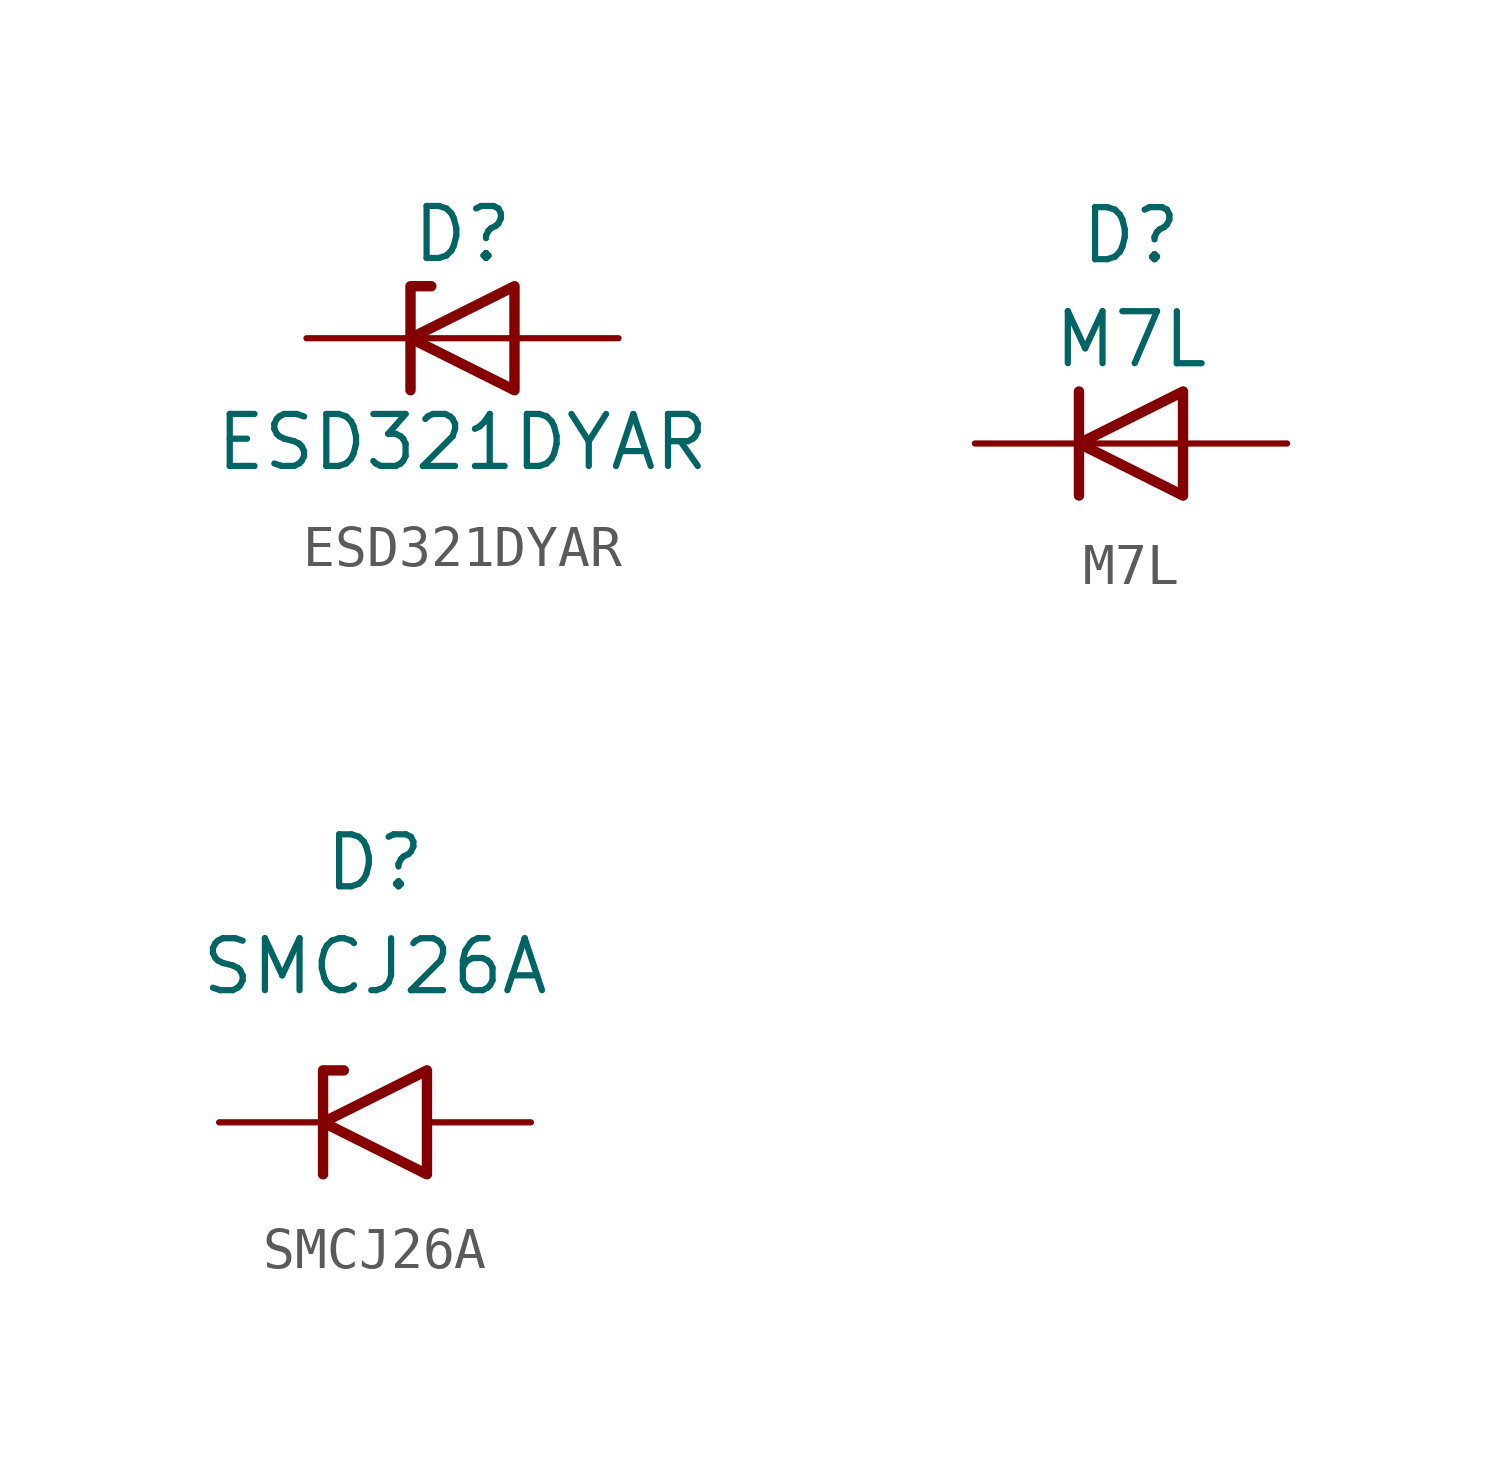
<source format=kicad_sym>
(kicad_symbol_lib
  (version 20231120)
  (generator "kicad_symbol_editor")
  (generator_version "8.0")
  (symbol "ESD321DYAR"
    (pin_numbers hide)
    (pin_names hide)
    (property "Reference" "D"
      (at 0 2.54 0)
      (effects (font (size 1.27 1.27))))
    (property "Value" "ESD321DYAR"
      (at 0 -2.54 0)
      (effects (font (size 1.27 1.27))))
    (symbol "ESD321DYAR_0_1"
      (polyline (pts (xy 1.27 0) (xy -1.27 0)) (stroke (width 0) (type default)) (fill (type none)))
      (polyline (pts (xy -1.27 -1.27) (xy -1.27 1.27) (xy -0.762 1.27)) (stroke (width 0.254) (type default)) (fill (type none)))
      (polyline (pts (xy 1.27 -1.27) (xy 1.27 1.27) (xy -1.27 0) (xy 1.27 -1.27)) (stroke (width 0.254) (type default)) (fill (type none))))
    (symbol "ESD321DYAR_1_1"
      (pin passive line (at -3.81 0 0) (length 2.54) (name "K" (effects (font (size 1.27 1.27)))) (number "1" (effects (font (size 1.27 1.27)))))
      (pin passive line (at 3.81 0 180) (length 2.54) (name "A" (effects (font (size 1.27 1.27)))) (number "2" (effects (font (size 1.27 1.27)))))))
  (symbol "M7L"
    (pin_numbers hide)
    (pin_names hide)
    (property "Reference" "D"
      (at 0 5.08 0)
      (effects (font (size 1.27 1.27))))
    (property "Value" "M7L"
      (at 0 2.54 0)
      (effects (font (size 1.27 1.27))))
    (symbol "M7L_0_1"
      (polyline (pts (xy -1.27 1.27) (xy -1.27 -1.27)) (stroke (width 0.254) (type default)) (fill (type none)))
      (polyline (pts (xy 1.27 0) (xy -1.27 0)) (stroke (width 0) (type default)) (fill (type none)))
      (polyline (pts (xy 1.27 1.27) (xy 1.27 -1.27) (xy -1.27 0) (xy 1.27 1.27)) (stroke (width 0.254) (type default)) (fill (type none))))
    (symbol "M7L_1_1"
      (pin passive line (at -3.81 0 0) (length 2.54) (name "K" (effects (font (size 1.27 1.27)))) (number "1" (effects (font (size 1.27 1.27)))))
      (pin passive line (at 3.81 0 180) (length 2.54) (name "A" (effects (font (size 1.27 1.27)))) (number "2" (effects (font (size 1.27 1.27)))))))
  (symbol "SMCJ26A"
    (pin_numbers hide)
    (pin_names hide)
    (property "Reference" "D"
      (at 0 6.35 0)
      (effects (font (size 1.27 1.27))))
    (property "Value" "SMCJ26A"
      (at 0 3.81 0)
      (effects (font (size 1.27 1.27))))
    (symbol "SMCJ26A_0_1"
      (polyline (pts (xy -0.762 1.27) (xy -1.27 1.27) (xy -1.27 -1.27)) (stroke (width 0.254) (type default)) (fill (type none)))
      (polyline (pts (xy 1.27 1.27) (xy 1.27 -1.27) (xy -1.27 0) (xy 1.27 1.27)) (stroke (width 0.254) (type default)) (fill (type none))))
    (symbol "SMCJ26A_1_1"
      (pin passive line (at -3.81 0 0) (length 2.54) (name "A1" (effects (font (size 1.27 1.27)))) (number "1" (effects (font (size 1.27 1.27)))))
      (pin passive line (at 3.81 0 180) (length 2.54) (name "A2" (effects (font (size 1.27 1.27)))) (number "2" (effects (font (size 1.27 1.27))))))))
</source>
